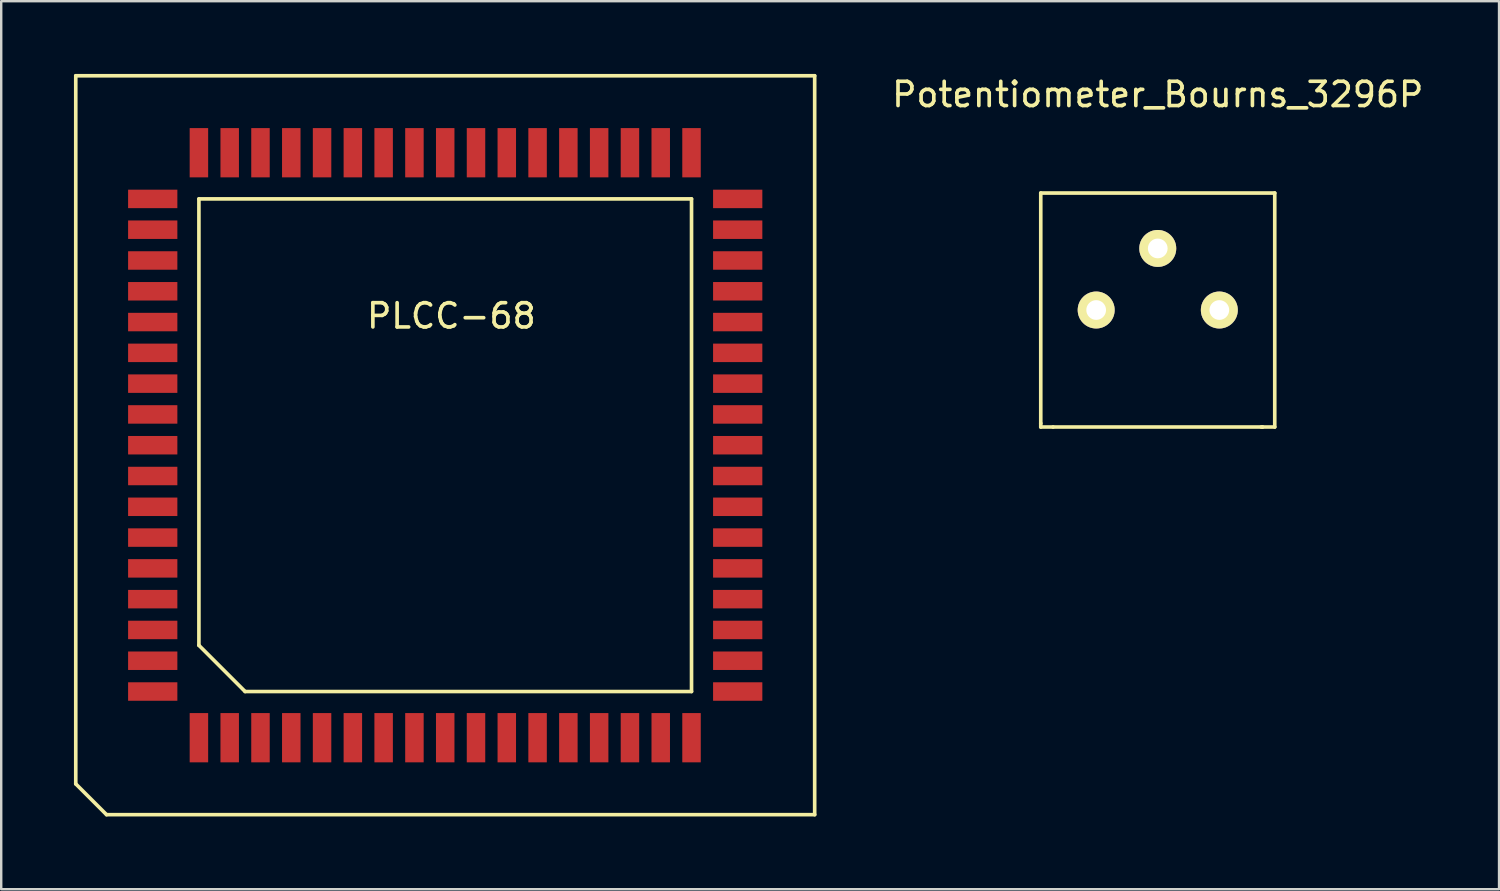
<source format=kicad_pcb>
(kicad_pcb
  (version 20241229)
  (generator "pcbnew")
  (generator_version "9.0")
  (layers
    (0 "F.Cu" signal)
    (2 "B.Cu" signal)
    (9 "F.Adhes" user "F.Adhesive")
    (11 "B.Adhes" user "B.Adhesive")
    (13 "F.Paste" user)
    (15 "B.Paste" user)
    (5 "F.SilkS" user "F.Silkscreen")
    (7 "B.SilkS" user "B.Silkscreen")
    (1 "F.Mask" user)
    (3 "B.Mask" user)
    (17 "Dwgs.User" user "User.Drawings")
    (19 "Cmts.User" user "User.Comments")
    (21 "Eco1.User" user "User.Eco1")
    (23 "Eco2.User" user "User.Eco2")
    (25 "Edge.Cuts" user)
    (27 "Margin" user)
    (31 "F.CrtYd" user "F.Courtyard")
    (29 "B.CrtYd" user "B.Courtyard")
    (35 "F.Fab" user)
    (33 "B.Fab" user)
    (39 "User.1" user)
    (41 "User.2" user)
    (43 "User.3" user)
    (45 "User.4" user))
  (footprint "Potentiometer_Bourns_3296P"
    (layer "F.Cu")
    (at 47.247 9.738)
    (property "Reference" "Potentiometer_Bourns_3296P" (at -2.54 -8.89 0) (layer "F.SilkS") (effects (font (size 1 1) (thickness 0.15))))
    (attr through_hole)
    (fp_line (start -7.366 -4.826) (end -7.366 4.674) (stroke (width 0.15) (type solid)) (layer "F.SilkS"))
    (fp_line (start -7.366 -4.826) (end 2.286 -4.826) (stroke (width 0.15) (type solid)) (layer "F.SilkS"))
    (fp_line (start -7.366 4.674) (end -7.366 4.826) (stroke (width 0.15) (type solid)) (layer "F.SilkS"))
    (fp_line (start -7.366 4.826) (end -6.858 4.826) (stroke (width 0.15) (type solid)) (layer "F.SilkS"))
    (fp_line (start -6.858 4.826) (end 1.778 4.826) (stroke (width 0.15) (type solid)) (layer "F.SilkS"))
    (fp_line (start 1.778 4.826) (end 1.727 4.826) (stroke (width 0.15) (type solid)) (layer "F.SilkS"))
    (fp_line (start 2.286 -4.826) (end 2.286 4.826) (stroke (width 0.15) (type solid)) (layer "F.SilkS"))
    (fp_line (start 2.286 4.826) (end 1.778 4.826) (stroke (width 0.15) (type solid)) (layer "F.SilkS"))
    (pad "1" thru_hole circle (at 0 0 90) (size 1.524 1.524) (drill 0.813) (layers "*.Cu" "*.Mask" "F.SilkS"))
    (pad "2" thru_hole circle (at -2.54 -2.54 90) (size 1.524 1.524) (drill 0.813) (layers "*.Cu" "*.Mask" "F.SilkS"))
    (pad "3" thru_hole circle (at -5.08 0 90) (size 1.524 1.524) (drill 0.813) (layers "*.Cu" "*.Mask" "F.SilkS")))
  (footprint "PLCC-68"
    (layer "F.Cu")
    (at 15.315 15.315)
    (property "Reference" "PLCC-68" (at 0.254 -5.334 0) (layer "F.SilkS") (effects (font (size 1 1) (thickness 0.15))))
    (attr smd)
    (fp_line (start -15.24 -15.24) (end -15.24 13.97) (stroke (width 0.15) (type solid)) (layer "F.SilkS"))
    (fp_line (start -15.24 13.97) (end -13.97 15.24) (stroke (width 0.15) (type solid)) (layer "F.SilkS"))
    (fp_line (start -13.97 15.24) (end 15.24 15.24) (stroke (width 0.15) (type solid)) (layer "F.SilkS"))
    (fp_line (start -10.16 -10.16) (end 10.16 -10.16) (stroke (width 0.15) (type solid)) (layer "F.SilkS"))
    (fp_line (start -10.16 8.255) (end -10.16 -10.16) (stroke (width 0.15) (type solid)) (layer "F.SilkS"))
    (fp_line (start -8.255 10.16) (end -10.16 8.255) (stroke (width 0.15) (type solid)) (layer "F.SilkS"))
    (fp_line (start 10.16 -10.16) (end 10.16 10.16) (stroke (width 0.15) (type solid)) (layer "F.SilkS"))
    (fp_line (start 10.16 10.16) (end -8.255 10.16) (stroke (width 0.15) (type solid)) (layer "F.SilkS"))
    (fp_line (start 15.24 -15.24) (end -15.24 -15.24) (stroke (width 0.15) (type solid)) (layer "F.SilkS"))
    (fp_line (start 15.24 15.24) (end 15.24 -15.24) (stroke (width 0.15) (type solid)) (layer "F.SilkS"))
    (pad "1" smd rect (at -12.065 0) (size 2.032 0.762) (layers "F.Cu" "F.Mask" "F.Paste"))
    (pad "2" smd rect (at -12.065 1.27) (size 2.032 0.762) (layers "F.Cu" "F.Mask" "F.Paste"))
    (pad "3" smd rect (at -12.065 2.54) (size 2.032 0.762) (layers "F.Cu" "F.Mask" "F.Paste"))
    (pad "4" smd rect (at -12.065 3.81) (size 2.032 0.762) (layers "F.Cu" "F.Mask" "F.Paste"))
    (pad "5" smd rect (at -12.065 5.08) (size 2.032 0.762) (layers "F.Cu" "F.Mask" "F.Paste"))
    (pad "6" smd rect (at -12.065 6.35) (size 2.032 0.762) (layers "F.Cu" "F.Mask" "F.Paste"))
    (pad "7" smd rect (at -12.065 7.62) (size 2.032 0.762) (layers "F.Cu" "F.Mask" "F.Paste"))
    (pad "8" smd rect (at -12.065 8.89) (size 2.032 0.762) (layers "F.Cu" "F.Mask" "F.Paste"))
    (pad "9" smd rect (at -12.065 10.16) (size 2.032 0.762) (layers "F.Cu" "F.Mask" "F.Paste"))
    (pad "10" smd rect (at -10.16 12.065) (size 0.762 2.032) (layers "F.Cu" "F.Mask" "F.Paste"))
    (pad "11" smd rect (at -8.89 12.065) (size 0.762 2.032) (layers "F.Cu" "F.Mask" "F.Paste"))
    (pad "12" smd rect (at -7.62 12.065) (size 0.762 2.032) (layers "F.Cu" "F.Mask" "F.Paste"))
    (pad "13" smd rect (at -6.35 12.065) (size 0.762 2.032) (layers "F.Cu" "F.Mask" "F.Paste"))
    (pad "14" smd rect (at -5.08 12.065) (size 0.762 2.032) (layers "F.Cu" "F.Mask" "F.Paste"))
    (pad "15" smd rect (at -3.81 12.065) (size 0.762 2.032) (layers "F.Cu" "F.Mask" "F.Paste"))
    (pad "16" smd rect (at -2.54 12.065) (size 0.762 2.032) (layers "F.Cu" "F.Mask" "F.Paste"))
    (pad "17" smd rect (at -1.27 12.065) (size 0.762 2.032) (layers "F.Cu" "F.Mask" "F.Paste"))
    (pad "18" smd rect (at 0 12.065) (size 0.762 2.032) (layers "F.Cu" "F.Mask" "F.Paste"))
    (pad "19" smd rect (at 1.27 12.065) (size 0.762 2.032) (layers "F.Cu" "F.Mask" "F.Paste"))
    (pad "20" smd rect (at 2.54 12.065) (size 0.762 2.032) (layers "F.Cu" "F.Mask" "F.Paste"))
    (pad "21" smd rect (at 3.81 12.065) (size 0.762 2.032) (layers "F.Cu" "F.Mask" "F.Paste"))
    (pad "22" smd rect (at 5.08 12.065) (size 0.762 2.032) (layers "F.Cu" "F.Mask" "F.Paste"))
    (pad "23" smd rect (at 6.35 12.065) (size 0.762 2.032) (layers "F.Cu" "F.Mask" "F.Paste"))
    (pad "24" smd rect (at 7.62 12.065) (size 0.762 2.032) (layers "F.Cu" "F.Mask" "F.Paste"))
    (pad "25" smd rect (at 8.89 12.065) (size 0.762 2.032) (layers "F.Cu" "F.Mask" "F.Paste"))
    (pad "26" smd rect (at 10.16 12.065) (size 0.762 2.032) (layers "F.Cu" "F.Mask" "F.Paste"))
    (pad "27" smd rect (at 12.065 10.16) (size 2.032 0.762) (layers "F.Cu" "F.Mask" "F.Paste"))
    (pad "28" smd rect (at 12.065 8.89) (size 2.032 0.762) (layers "F.Cu" "F.Mask" "F.Paste"))
    (pad "29" smd rect (at 12.065 7.62) (size 2.032 0.762) (layers "F.Cu" "F.Mask" "F.Paste"))
    (pad "30" smd rect (at 12.065 6.35) (size 2.032 0.762) (layers "F.Cu" "F.Mask" "F.Paste"))
    (pad "31" smd rect (at 12.065 5.08) (size 2.032 0.762) (layers "F.Cu" "F.Mask" "F.Paste"))
    (pad "32" smd rect (at 12.065 3.81) (size 2.032 0.762) (layers "F.Cu" "F.Mask" "F.Paste"))
    (pad "33" smd rect (at 12.065 2.54) (size 2.032 0.762) (layers "F.Cu" "F.Mask" "F.Paste"))
    (pad "34" smd rect (at 12.065 1.27) (size 2.032 0.762) (layers "F.Cu" "F.Mask" "F.Paste"))
    (pad "35" smd rect (at 12.065 0) (size 2.032 0.762) (layers "F.Cu" "F.Mask" "F.Paste"))
    (pad "36" smd rect (at 12.065 -1.27) (size 2.032 0.762) (layers "F.Cu" "F.Mask" "F.Paste"))
    (pad "37" smd rect (at 12.065 -2.54) (size 2.032 0.762) (layers "F.Cu" "F.Mask" "F.Paste"))
    (pad "38" smd rect (at 12.065 -3.81) (size 2.032 0.762) (layers "F.Cu" "F.Mask" "F.Paste"))
    (pad "39" smd rect (at 12.065 -5.08) (size 2.032 0.762) (layers "F.Cu" "F.Mask" "F.Paste"))
    (pad "40" smd rect (at 12.065 -6.35) (size 2.032 0.762) (layers "F.Cu" "F.Mask" "F.Paste"))
    (pad "41" smd rect (at 12.065 -7.62) (size 2.032 0.762) (layers "F.Cu" "F.Mask" "F.Paste"))
    (pad "42" smd rect (at 12.065 -8.89) (size 2.032 0.762) (layers "F.Cu" "F.Mask" "F.Paste"))
    (pad "43" smd rect (at 12.065 -10.16) (size 2.032 0.762) (layers "F.Cu" "F.Mask" "F.Paste"))
    (pad "44" smd rect (at 10.16 -12.065) (size 0.762 2.032) (layers "F.Cu" "F.Mask" "F.Paste"))
    (pad "45" smd rect (at 8.89 -12.065) (size 0.762 2.032) (layers "F.Cu" "F.Mask" "F.Paste"))
    (pad "46" smd rect (at 7.62 -12.065) (size 0.762 2.032) (layers "F.Cu" "F.Mask" "F.Paste"))
    (pad "47" smd rect (at 6.35 -12.065) (size 0.762 2.032) (layers "F.Cu" "F.Mask" "F.Paste"))
    (pad "48" smd rect (at 5.08 -12.065) (size 0.762 2.032) (layers "F.Cu" "F.Mask" "F.Paste"))
    (pad "49" smd rect (at 3.81 -12.065) (size 0.762 2.032) (layers "F.Cu" "F.Mask" "F.Paste"))
    (pad "50" smd rect (at 2.54 -12.065) (size 0.762 2.032) (layers "F.Cu" "F.Mask" "F.Paste"))
    (pad "51" smd rect (at 1.27 -12.065) (size 0.762 2.032) (layers "F.Cu" "F.Mask" "F.Paste"))
    (pad "52" smd rect (at 0 -12.065) (size 0.762 2.032) (layers "F.Cu" "F.Mask" "F.Paste"))
    (pad "53" smd rect (at -1.27 -12.065) (size 0.762 2.032) (layers "F.Cu" "F.Mask" "F.Paste"))
    (pad "54" smd rect (at -2.54 -12.065) (size 0.762 2.032) (layers "F.Cu" "F.Mask" "F.Paste"))
    (pad "55" smd rect (at -3.81 -12.065) (size 0.762 2.032) (layers "F.Cu" "F.Mask" "F.Paste"))
    (pad "56" smd rect (at -5.08 -12.065) (size 0.762 2.032) (layers "F.Cu" "F.Mask" "F.Paste"))
    (pad "57" smd rect (at -6.35 -12.065) (size 0.762 2.032) (layers "F.Cu" "F.Mask" "F.Paste"))
    (pad "58" smd rect (at -7.62 -12.065) (size 0.762 2.032) (layers "F.Cu" "F.Mask" "F.Paste"))
    (pad "59" smd rect (at -8.89 -12.065) (size 0.762 2.032) (layers "F.Cu" "F.Mask" "F.Paste"))
    (pad "60" smd rect (at -10.16 -12.065) (size 0.762 2.032) (layers "F.Cu" "F.Mask" "F.Paste"))
    (pad "61" smd rect (at -12.065 -10.16) (size 2.032 0.762) (layers "F.Cu" "F.Mask" "F.Paste"))
    (pad "62" smd rect (at -12.065 -8.89) (size 2.032 0.762) (layers "F.Cu" "F.Mask" "F.Paste"))
    (pad "63" smd rect (at -12.065 -7.62) (size 2.032 0.762) (layers "F.Cu" "F.Mask" "F.Paste"))
    (pad "64" smd rect (at -12.065 -6.35) (size 2.032 0.762) (layers "F.Cu" "F.Mask" "F.Paste"))
    (pad "65" smd rect (at -12.065 -5.08) (size 2.032 0.762) (layers "F.Cu" "F.Mask" "F.Paste"))
    (pad "66" smd rect (at -12.065 -3.81) (size 2.032 0.762) (layers "F.Cu" "F.Mask" "F.Paste"))
    (pad "67" smd rect (at -12.065 -2.54) (size 2.032 0.762) (layers "F.Cu" "F.Mask" "F.Paste"))
    (pad "68" smd rect (at -12.065 -1.27) (size 2.032 0.762) (layers "F.Cu" "F.Mask" "F.Paste")))
  (gr_rect
    (start -3 -3)
    (end 58.785 33.63)
    (stroke (width 0.1) (type default))
    (fill no)
    (layer "Edge.Cuts")))
</source>
